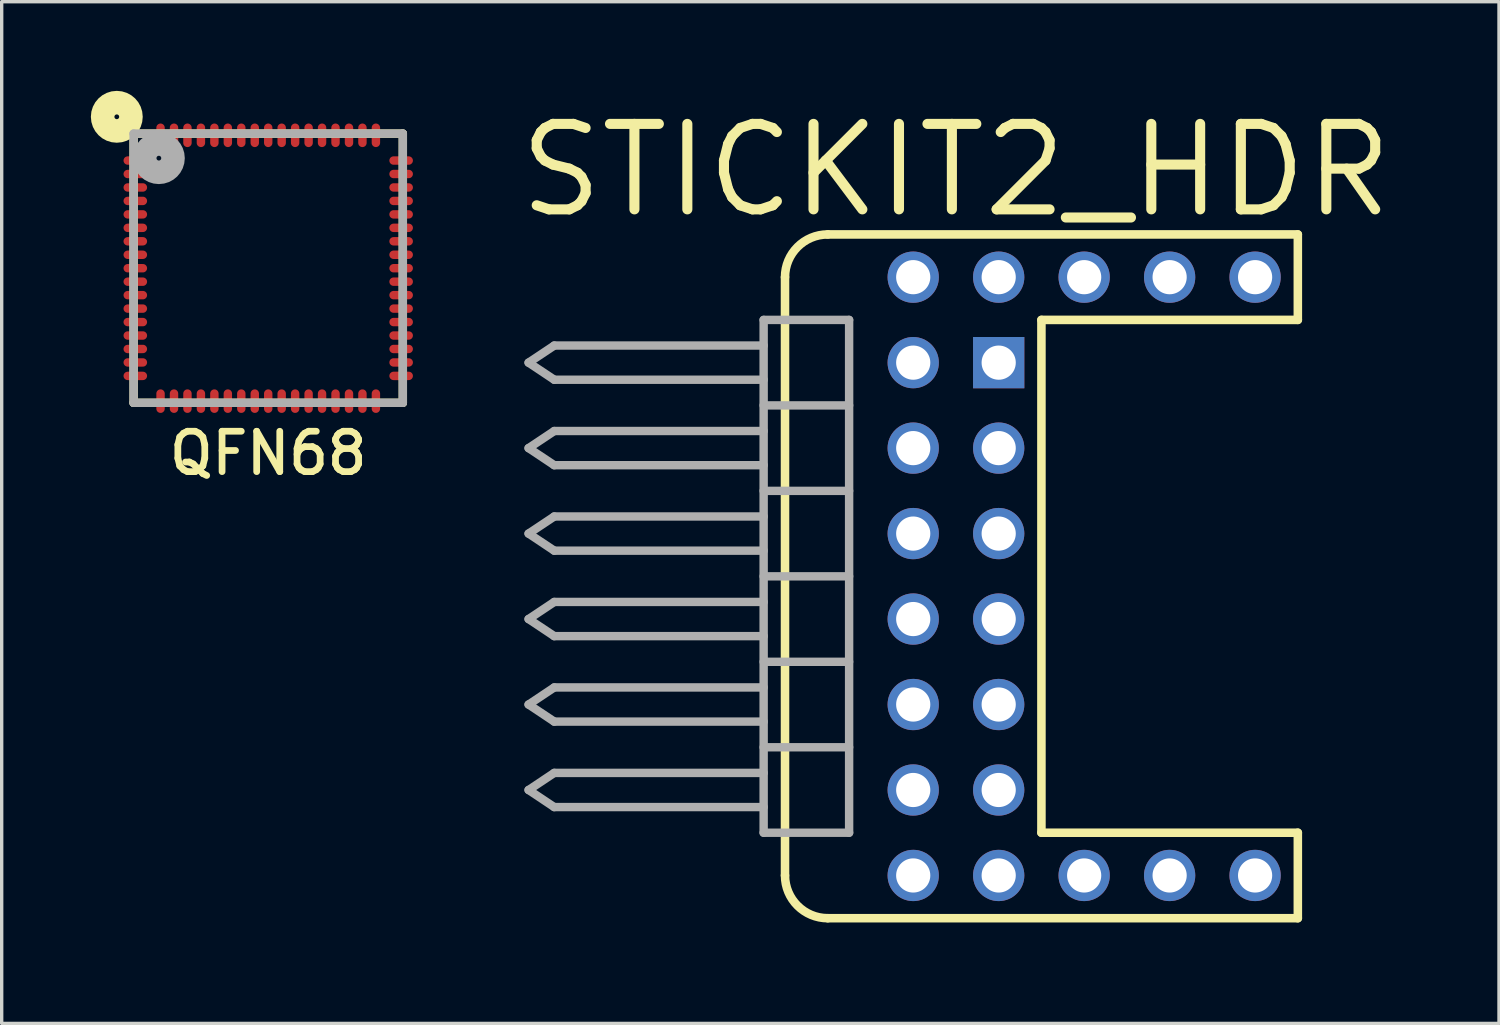
<source format=kicad_pcb>
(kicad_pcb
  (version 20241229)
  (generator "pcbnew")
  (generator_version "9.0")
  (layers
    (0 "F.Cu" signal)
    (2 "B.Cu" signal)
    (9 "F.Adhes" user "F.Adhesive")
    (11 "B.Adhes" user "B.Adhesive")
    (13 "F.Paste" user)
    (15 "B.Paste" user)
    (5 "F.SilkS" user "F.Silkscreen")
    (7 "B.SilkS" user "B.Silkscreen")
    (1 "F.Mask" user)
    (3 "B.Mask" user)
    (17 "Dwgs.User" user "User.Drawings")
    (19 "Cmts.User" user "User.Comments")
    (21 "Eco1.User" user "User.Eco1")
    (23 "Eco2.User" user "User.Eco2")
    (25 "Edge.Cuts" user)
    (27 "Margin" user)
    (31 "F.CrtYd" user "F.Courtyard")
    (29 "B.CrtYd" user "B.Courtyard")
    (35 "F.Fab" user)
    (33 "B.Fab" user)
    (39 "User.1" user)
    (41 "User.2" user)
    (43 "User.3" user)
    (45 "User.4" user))
  (footprint "STICKIT2_HDR"
    (layer "F.Cu")
    (at 25.359 14.077)
    (property "Reference" "STICKIT2_HDR" (at 0 -12.065 0) (layer "F.SilkS") (effects (font (size 2.54 2.54) (thickness 0.3))))
    (attr exclude_from_pos_files exclude_from_bom)
    (fp_line (start -5.08 -8.89) (end -5.08 8.89) (stroke (width 0.254) (type solid)) (layer "F.SilkS"))
    (fp_line (start -3.81 10.16) (end 10.16 10.16) (stroke (width 0.254) (type solid)) (layer "F.SilkS"))
    (fp_line (start 2.54 -7.62) (end 2.54 7.62) (stroke (width 0.254) (type solid)) (layer "F.SilkS"))
    (fp_line (start 2.54 7.62) (end 10.16 7.62) (stroke (width 0.254) (type solid)) (layer "F.SilkS"))
    (fp_line (start 10.16 -10.16) (end -3.81 -10.16) (stroke (width 0.254) (type solid)) (layer "F.SilkS"))
    (fp_line (start 10.16 -10.16) (end 10.16 -7.62) (stroke (width 0.254) (type solid)) (layer "F.SilkS"))
    (fp_line (start 10.16 -7.62) (end 2.54 -7.62) (stroke (width 0.254) (type solid)) (layer "F.SilkS"))
    (fp_line (start 10.16 7.62) (end 10.16 10.16) (stroke (width 0.254) (type solid)) (layer "F.SilkS"))
    (fp_arc (start -5.08 -8.89) (mid -4.708026 -9.788026) (end -3.81 -10.16) (stroke (width 0.254) (type solid)) (layer "F.SilkS"))
    (fp_arc (start -3.81 10.16) (mid -4.708026 9.788026) (end -5.08 8.89) (stroke (width 0.254) (type solid)) (layer "F.SilkS"))
    (fp_line (start -12.7 -6.35) (end -11.938 -5.842) (stroke (width 0.25) (type solid)) (layer "F.Fab"))
    (fp_line (start -12.7 -3.81) (end -11.938 -3.302) (stroke (width 0.25) (type solid)) (layer "F.Fab"))
    (fp_line (start -12.7 -1.27) (end -11.938 -0.762) (stroke (width 0.25) (type solid)) (layer "F.Fab"))
    (fp_line (start -12.7 1.27) (end -11.938 1.778) (stroke (width 0.25) (type solid)) (layer "F.Fab"))
    (fp_line (start -12.7 3.81) (end -11.938 4.318) (stroke (width 0.25) (type solid)) (layer "F.Fab"))
    (fp_line (start -12.7 6.35) (end -11.938 6.858) (stroke (width 0.25) (type solid)) (layer "F.Fab"))
    (fp_line (start -11.938 -6.858) (end -12.7 -6.35) (stroke (width 0.25) (type solid)) (layer "F.Fab"))
    (fp_line (start -11.938 -5.842) (end -5.715 -5.842) (stroke (width 0.25) (type solid)) (layer "F.Fab"))
    (fp_line (start -11.938 -4.318) (end -12.7 -3.81) (stroke (width 0.25) (type solid)) (layer "F.Fab"))
    (fp_line (start -11.938 -3.302) (end -5.715 -3.302) (stroke (width 0.25) (type solid)) (layer "F.Fab"))
    (fp_line (start -11.938 -1.778) (end -12.7 -1.27) (stroke (width 0.25) (type solid)) (layer "F.Fab"))
    (fp_line (start -11.938 -0.762) (end -5.715 -0.762) (stroke (width 0.25) (type solid)) (layer "F.Fab"))
    (fp_line (start -11.938 0.762) (end -12.7 1.27) (stroke (width 0.25) (type solid)) (layer "F.Fab"))
    (fp_line (start -11.938 1.778) (end -5.715 1.778) (stroke (width 0.25) (type solid)) (layer "F.Fab"))
    (fp_line (start -11.938 3.302) (end -12.7 3.81) (stroke (width 0.25) (type solid)) (layer "F.Fab"))
    (fp_line (start -11.938 4.318) (end -5.715 4.318) (stroke (width 0.25) (type solid)) (layer "F.Fab"))
    (fp_line (start -11.938 5.842) (end -12.7 6.35) (stroke (width 0.25) (type solid)) (layer "F.Fab"))
    (fp_line (start -11.938 6.858) (end -5.715 6.858) (stroke (width 0.25) (type solid)) (layer "F.Fab"))
    (fp_line (start -5.715 -7.62) (end -5.715 7.62) (stroke (width 0.25) (type solid)) (layer "F.Fab"))
    (fp_line (start -5.715 -7.62) (end -3.175 -7.62) (stroke (width 0.25) (type solid)) (layer "F.Fab"))
    (fp_line (start -5.715 -6.858) (end -11.938 -6.858) (stroke (width 0.25) (type solid)) (layer "F.Fab"))
    (fp_line (start -5.715 -5.08) (end -3.175 -5.08) (stroke (width 0.25) (type solid)) (layer "F.Fab"))
    (fp_line (start -5.715 -4.318) (end -11.938 -4.318) (stroke (width 0.25) (type solid)) (layer "F.Fab"))
    (fp_line (start -5.715 -2.54) (end -3.175 -2.54) (stroke (width 0.25) (type solid)) (layer "F.Fab"))
    (fp_line (start -5.715 -1.778) (end -11.938 -1.778) (stroke (width 0.25) (type solid)) (layer "F.Fab"))
    (fp_line (start -5.715 0) (end -3.175 0) (stroke (width 0.25) (type solid)) (layer "F.Fab"))
    (fp_line (start -5.715 0.762) (end -11.938 0.762) (stroke (width 0.25) (type solid)) (layer "F.Fab"))
    (fp_line (start -5.715 2.54) (end -3.175 2.54) (stroke (width 0.25) (type solid)) (layer "F.Fab"))
    (fp_line (start -5.715 3.302) (end -11.938 3.302) (stroke (width 0.25) (type solid)) (layer "F.Fab"))
    (fp_line (start -5.715 5.08) (end -3.175 5.08) (stroke (width 0.25) (type solid)) (layer "F.Fab"))
    (fp_line (start -5.715 5.842) (end -11.938 5.842) (stroke (width 0.25) (type solid)) (layer "F.Fab"))
    (fp_line (start -5.715 7.62) (end -3.175 7.62) (stroke (width 0.25) (type solid)) (layer "F.Fab"))
    (fp_line (start -3.175 -7.62) (end -3.175 7.62) (stroke (width 0.25) (type solid)) (layer "F.Fab"))
    (pad "D0" thru_hole rect (at 1.27 -6.35) (size 1.524 1.524) (drill 1.016) (layers "*.Cu" "*.Mask"))
    (pad "D0" thru_hole circle (at 8.89 -8.89) (size 1.524 1.524) (drill 1.016) (layers "*.Cu" "*.Mask"))
    (pad "D1" thru_hole circle (at -1.27 -6.35 90) (size 1.524 1.524) (drill 1.016) (layers "*.Cu" "*.Mask"))
    (pad "D1" thru_hole circle (at 3.81 -8.89 90) (size 1.524 1.524) (drill 1.016) (layers "*.Cu" "*.Mask"))
    (pad "D2" thru_hole circle (at 1.27 -3.81 90) (size 1.524 1.524) (drill 1.016) (layers "*.Cu" "*.Mask"))
    (pad "D2" thru_hole circle (at 6.35 -8.89 90) (size 1.524 1.524) (drill 1.016) (layers "*.Cu" "*.Mask"))
    (pad "D3" thru_hole circle (at -1.27 -3.81 90) (size 1.524 1.524) (drill 1.016) (layers "*.Cu" "*.Mask"))
    (pad "D3" thru_hole circle (at 1.27 -8.89 90) (size 1.524 1.524) (drill 1.016) (layers "*.Cu" "*.Mask"))
    (pad "D4" thru_hole circle (at 1.27 -1.27 90) (size 1.524 1.524) (drill 1.016) (layers "*.Cu" "*.Mask"))
    (pad "D4" thru_hole circle (at 6.35 8.89 90) (size 1.524 1.524) (drill 1.016) (layers "*.Cu" "*.Mask"))
    (pad "D5" thru_hole circle (at -1.27 -1.27 90) (size 1.524 1.524) (drill 1.016) (layers "*.Cu" "*.Mask"))
    (pad "D5" thru_hole circle (at 1.27 8.89 90) (size 1.524 1.524) (drill 1.016) (layers "*.Cu" "*.Mask"))
    (pad "D6" thru_hole circle (at 1.27 1.27 90) (size 1.524 1.524) (drill 1.016) (layers "*.Cu" "*.Mask"))
    (pad "D6" thru_hole circle (at 8.89 8.89 90) (size 1.524 1.524) (drill 1.016) (layers "*.Cu" "*.Mask"))
    (pad "D7" thru_hole circle (at -1.27 1.27 90) (size 1.524 1.524) (drill 1.016) (layers "*.Cu" "*.Mask"))
    (pad "D7" thru_hole circle (at 3.81 8.89 90) (size 1.524 1.524) (drill 1.016) (layers "*.Cu" "*.Mask"))
    (pad "GND" thru_hole circle (at -1.27 -8.89 90) (size 1.524 1.524) (drill 1.016) (layers "*.Cu" "*.Mask"))
    (pad "GND" thru_hole circle (at -1.27 3.81 90) (size 1.524 1.524) (drill 1.016) (layers "*.Cu" "*.Mask"))
    (pad "GND" thru_hole circle (at 1.27 3.81 90) (size 1.524 1.524) (drill 1.016) (layers "*.Cu" "*.Mask"))
    (pad "VCC" thru_hole circle (at -1.27 6.35 90) (size 1.524 1.524) (drill 1.016) (layers "*.Cu" "*.Mask"))
    (pad "VCC" thru_hole circle (at -1.27 8.89 90) (size 1.524 1.524) (drill 1.016) (layers "*.Cu" "*.Mask"))
    (pad "VCC" thru_hole circle (at 1.27 6.35 90) (size 1.524 1.524) (drill 1.016) (layers "*.Cu" "*.Mask")))
  (footprint "QFN68"
    (layer "F.Cu")
    (at 4.921 4.921)
    (property "Reference" "QFN68" (at 0 5.5 0) (layer "F.SilkS") (effects (font (size 1.2 1.2) (thickness 0.2))))
    (attr through_hole)
    (fp_line (start -4 -4) (end 4 -4) (stroke (width 0.25) (type solid)) (layer "F.SilkS"))
    (fp_line (start -4 4) (end -4 -4) (stroke (width 0.25) (type solid)) (layer "F.SilkS"))
    (fp_line (start -4 4) (end -4 3.6) (stroke (width 0.2) (type solid)) (layer "F.SilkS"))
    (fp_line (start -4 4) (end 4 4) (stroke (width 0.25) (type solid)) (layer "F.SilkS"))
    (fp_line (start 4 4) (end 4 -4) (stroke (width 0.25) (type solid)) (layer "F.SilkS"))
    (fp_line (start 4 4) (end 4 3.6) (stroke (width 0.2) (type solid)) (layer "F.SilkS"))
    (fp_circle (center -4.5 -4.5) (end -4.45 -4.45) (stroke (width 0.7) (type solid)) (fill no) (layer "F.SilkS"))
    (fp_line (start -4 -4) (end 4 -4) (stroke (width 0.25) (type solid)) (layer "F.Fab"))
    (fp_line (start -4 4) (end -4 -4) (stroke (width 0.25) (type solid)) (layer "F.Fab"))
    (fp_line (start -4 4) (end 4 4) (stroke (width 0.25) (type solid)) (layer "F.Fab"))
    (fp_line (start 4 4) (end 4 -4) (stroke (width 0.25) (type solid)) (layer "F.Fab"))
    (fp_circle (center -3.25 -3.271) (end -3.2 -3.221) (stroke (width 0.7) (type solid)) (fill no) (layer "F.Fab"))
    (pad "1" smd oval (at -3.95 -3.2) (size 0.7 0.25) (layers "F.Cu" "F.Mask" "F.Paste"))
    (pad "2" smd oval (at -3.95 -2.8) (size 0.7 0.25) (layers "F.Cu" "F.Mask" "F.Paste"))
    (pad "3" smd oval (at -3.95 -2.4) (size 0.7 0.25) (layers "F.Cu" "F.Mask" "F.Paste"))
    (pad "4" smd oval (at -3.95 -2) (size 0.7 0.25) (layers "F.Cu" "F.Mask" "F.Paste"))
    (pad "5" smd oval (at -3.95 -1.6) (size 0.7 0.25) (layers "F.Cu" "F.Mask" "F.Paste"))
    (pad "6" smd oval (at -3.95 -1.2) (size 0.7 0.25) (layers "F.Cu" "F.Mask" "F.Paste"))
    (pad "7" smd oval (at -3.95 -0.8) (size 0.7 0.25) (layers "F.Cu" "F.Mask" "F.Paste"))
    (pad "8" smd oval (at -3.95 -0.4) (size 0.7 0.25) (layers "F.Cu" "F.Mask" "F.Paste"))
    (pad "9" smd oval (at -3.95 0) (size 0.7 0.25) (layers "F.Cu" "F.Mask" "F.Paste"))
    (pad "10" smd oval (at -3.95 0.4) (size 0.7 0.25) (layers "F.Cu" "F.Mask" "F.Paste"))
    (pad "11" smd oval (at -3.95 0.8) (size 0.7 0.25) (layers "F.Cu" "F.Mask" "F.Paste"))
    (pad "12" smd oval (at -3.95 1.2) (size 0.7 0.25) (layers "F.Cu" "F.Mask" "F.Paste"))
    (pad "13" smd oval (at -3.95 1.6) (size 0.7 0.25) (layers "F.Cu" "F.Mask" "F.Paste"))
    (pad "14" smd oval (at -3.95 2) (size 0.7 0.25) (layers "F.Cu" "F.Mask" "F.Paste"))
    (pad "15" smd oval (at -3.95 2.4) (size 0.7 0.25) (layers "F.Cu" "F.Mask" "F.Paste"))
    (pad "16" smd oval (at -3.95 2.8) (size 0.7 0.25) (layers "F.Cu" "F.Mask" "F.Paste"))
    (pad "17" smd oval (at -3.95 3.2) (size 0.7 0.25) (layers "F.Cu" "F.Mask" "F.Paste"))
    (pad "18" smd oval (at -3.2 3.95) (size 0.25 0.7) (layers "F.Cu" "F.Mask" "F.Paste"))
    (pad "19" smd oval (at -2.8 3.95) (size 0.25 0.7) (layers "F.Cu" "F.Mask" "F.Paste"))
    (pad "20" smd oval (at -2.4 3.95) (size 0.25 0.7) (layers "F.Cu" "F.Mask" "F.Paste"))
    (pad "21" smd oval (at -2 3.95) (size 0.25 0.7) (layers "F.Cu" "F.Mask" "F.Paste"))
    (pad "22" smd oval (at -1.6 3.95) (size 0.25 0.7) (layers "F.Cu" "F.Mask" "F.Paste"))
    (pad "23" smd oval (at -1.2 3.95) (size 0.25 0.7) (layers "F.Cu" "F.Mask" "F.Paste"))
    (pad "24" smd oval (at -0.8 3.95) (size 0.25 0.7) (layers "F.Cu" "F.Mask" "F.Paste"))
    (pad "25" smd oval (at -0.4 3.95) (size 0.25 0.7) (layers "F.Cu" "F.Mask" "F.Paste"))
    (pad "26" smd oval (at 0 3.95) (size 0.25 0.7) (layers "F.Cu" "F.Mask" "F.Paste"))
    (pad "27" smd oval (at 0.4 3.95) (size 0.25 0.7) (layers "F.Cu" "F.Mask" "F.Paste"))
    (pad "28" smd oval (at 0.8 3.95) (size 0.25 0.7) (layers "F.Cu" "F.Mask" "F.Paste"))
    (pad "29" smd oval (at 1.2 3.95) (size 0.25 0.7) (layers "F.Cu" "F.Mask" "F.Paste"))
    (pad "30" smd oval (at 1.6 3.95) (size 0.25 0.7) (layers "F.Cu" "F.Mask" "F.Paste"))
    (pad "31" smd oval (at 2 3.95) (size 0.25 0.7) (layers "F.Cu" "F.Mask" "F.Paste"))
    (pad "32" smd oval (at 2.4 3.95) (size 0.25 0.7) (layers "F.Cu" "F.Mask" "F.Paste"))
    (pad "33" smd oval (at 2.8 3.95) (size 0.25 0.7) (layers "F.Cu" "F.Mask" "F.Paste"))
    (pad "34" smd oval (at 3.2 3.95) (size 0.25 0.7) (layers "F.Cu" "F.Mask" "F.Paste"))
    (pad "35" smd oval (at 3.95 3.2) (size 0.7 0.25) (layers "F.Cu" "F.Mask" "F.Paste"))
    (pad "36" smd oval (at 3.95 2.8) (size 0.7 0.25) (layers "F.Cu" "F.Mask" "F.Paste"))
    (pad "37" smd oval (at 3.95 2.4) (size 0.7 0.25) (layers "F.Cu" "F.Mask" "F.Paste"))
    (pad "38" smd oval (at 3.95 2) (size 0.7 0.25) (layers "F.Cu" "F.Mask" "F.Paste"))
    (pad "39" smd oval (at 3.95 1.6) (size 0.7 0.25) (layers "F.Cu" "F.Mask" "F.Paste"))
    (pad "40" smd oval (at 3.95 1.2) (size 0.7 0.25) (layers "F.Cu" "F.Mask" "F.Paste"))
    (pad "41" smd oval (at 3.95 0.8) (size 0.7 0.25) (layers "F.Cu" "F.Mask" "F.Paste"))
    (pad "42" smd oval (at 3.95 0.4) (size 0.7 0.25) (layers "F.Cu" "F.Mask" "F.Paste"))
    (pad "43" smd oval (at 3.95 0) (size 0.7 0.25) (layers "F.Cu" "F.Mask" "F.Paste"))
    (pad "44" smd oval (at 3.95 -0.4) (size 0.7 0.25) (layers "F.Cu" "F.Mask" "F.Paste"))
    (pad "45" smd oval (at 3.95 -0.8) (size 0.7 0.25) (layers "F.Cu" "F.Mask" "F.Paste"))
    (pad "46" smd oval (at 3.95 -1.2) (size 0.7 0.25) (layers "F.Cu" "F.Mask" "F.Paste"))
    (pad "47" smd oval (at 3.95 -1.6) (size 0.7 0.25) (layers "F.Cu" "F.Mask" "F.Paste"))
    (pad "48" smd oval (at 3.95 -2) (size 0.7 0.25) (layers "F.Cu" "F.Mask" "F.Paste"))
    (pad "49" smd oval (at 3.95 -2.4) (size 0.7 0.25) (layers "F.Cu" "F.Mask" "F.Paste"))
    (pad "50" smd oval (at 3.95 -2.8) (size 0.7 0.25) (layers "F.Cu" "F.Mask" "F.Paste"))
    (pad "51" smd oval (at 3.95 -3.2) (size 0.7 0.25) (layers "F.Cu" "F.Mask" "F.Paste"))
    (pad "52" smd oval (at 3.2 -3.95) (size 0.25 0.7) (layers "F.Cu" "F.Mask" "F.Paste"))
    (pad "53" smd oval (at 2.8 -3.95) (size 0.25 0.7) (layers "F.Cu" "F.Mask" "F.Paste"))
    (pad "54" smd oval (at 2.4 -3.95) (size 0.25 0.7) (layers "F.Cu" "F.Mask" "F.Paste"))
    (pad "55" smd oval (at 2 -3.95) (size 0.25 0.7) (layers "F.Cu" "F.Mask" "F.Paste"))
    (pad "56" smd oval (at 1.6 -3.95) (size 0.25 0.7) (layers "F.Cu" "F.Mask" "F.Paste"))
    (pad "57" smd oval (at 1.2 -3.95) (size 0.25 0.7) (layers "F.Cu" "F.Mask" "F.Paste"))
    (pad "58" smd oval (at 0.8 -3.95) (size 0.25 0.7) (layers "F.Cu" "F.Mask" "F.Paste"))
    (pad "59" smd oval (at 0.4 -3.95) (size 0.25 0.7) (layers "F.Cu" "F.Mask" "F.Paste"))
    (pad "60" smd oval (at 0 -3.95) (size 0.25 0.7) (layers "F.Cu" "F.Mask" "F.Paste"))
    (pad "61" smd oval (at -0.4 -3.95) (size 0.25 0.7) (layers "F.Cu" "F.Mask" "F.Paste"))
    (pad "62" smd oval (at -0.8 -3.95) (size 0.25 0.7) (layers "F.Cu" "F.Mask" "F.Paste"))
    (pad "63" smd oval (at -1.2 -3.95) (size 0.25 0.7) (layers "F.Cu" "F.Mask" "F.Paste"))
    (pad "64" smd oval (at -1.6 -3.95) (size 0.25 0.7) (layers "F.Cu" "F.Mask" "F.Paste"))
    (pad "65" smd oval (at -2 -3.95) (size 0.25 0.7) (layers "F.Cu" "F.Mask" "F.Paste"))
    (pad "66" smd oval (at -2.4 -3.95) (size 0.25 0.7) (layers "F.Cu" "F.Mask" "F.Paste"))
    (pad "67" smd oval (at -2.8 -3.95) (size 0.25 0.7) (layers "F.Cu" "F.Mask" "F.Paste"))
    (pad "68" smd oval (at -3.2 -3.95) (size 0.25 0.7) (layers "F.Cu" "F.Mask" "F.Paste")))
  (gr_rect
    (start -3 -3)
    (end 41.497 27.364)
    (stroke (width 0.1) (type default))
    (fill no)
    (layer "Edge.Cuts")))
</source>
